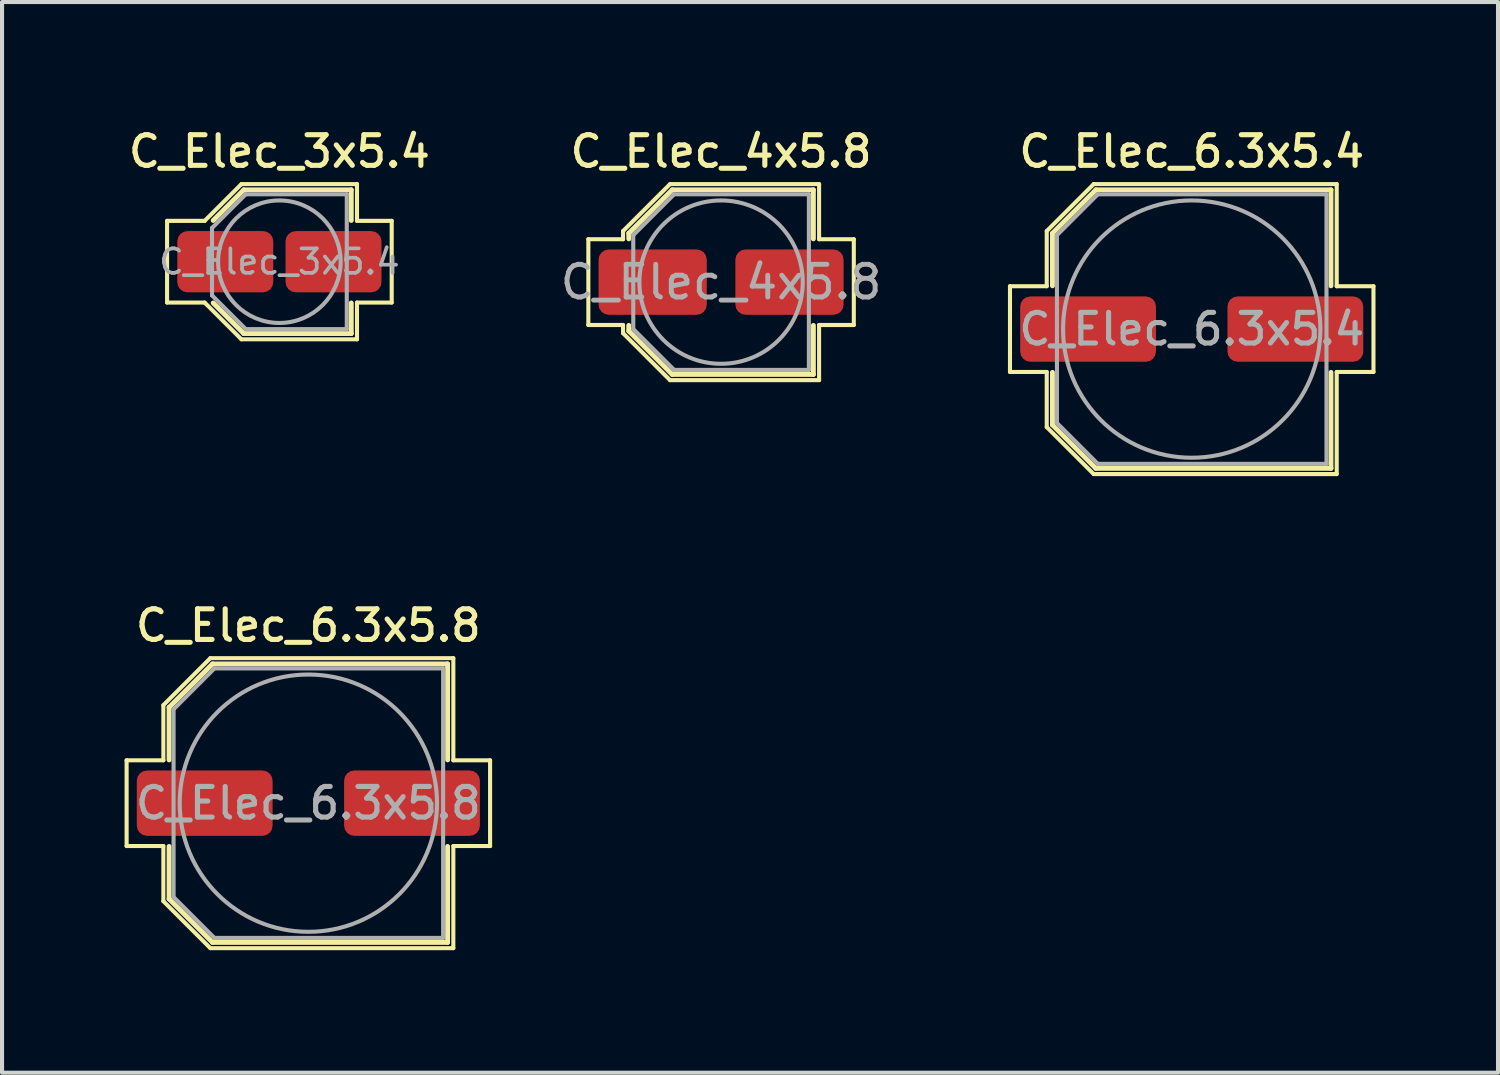
<source format=kicad_pcb>
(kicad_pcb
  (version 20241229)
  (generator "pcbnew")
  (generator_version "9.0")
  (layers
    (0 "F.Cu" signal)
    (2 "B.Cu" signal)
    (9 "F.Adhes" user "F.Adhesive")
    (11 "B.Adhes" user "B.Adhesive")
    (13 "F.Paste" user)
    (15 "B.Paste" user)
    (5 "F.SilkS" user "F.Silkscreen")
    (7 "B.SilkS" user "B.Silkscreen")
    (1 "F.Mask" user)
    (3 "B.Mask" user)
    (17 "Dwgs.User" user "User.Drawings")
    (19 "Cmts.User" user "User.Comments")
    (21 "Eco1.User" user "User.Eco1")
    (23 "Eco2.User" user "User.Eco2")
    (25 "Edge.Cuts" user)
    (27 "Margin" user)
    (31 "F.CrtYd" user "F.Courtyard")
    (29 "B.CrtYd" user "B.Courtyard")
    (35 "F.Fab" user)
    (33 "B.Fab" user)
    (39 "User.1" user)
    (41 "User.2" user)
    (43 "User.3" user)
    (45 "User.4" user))
  (footprint "C_Elec_4x5.8"
    (layer "F.Cu")
    (at 14.606 3.858)
    (property "Reference" "C_Elec_4x5.8" (at 0 -3.2 0) (layer "F.SilkS") (effects (font (size 0.75 0.75) (thickness 0.125))))
    (attr smd)
    (fp_line (start -3.25 -1.05) (end -3.25 1.05) (stroke (width 0.1) (type solid)) (layer "F.SilkS"))
    (fp_line (start -3.25 1.05) (end -2.4 1.05) (stroke (width 0.1) (type solid)) (layer "F.SilkS"))
    (fp_line (start -2.4 -1.25) (end -2.4 -1.05) (stroke (width 0.1) (type solid)) (layer "F.SilkS"))
    (fp_line (start -2.4 -1.25) (end -1.25 -2.4) (stroke (width 0.1) (type solid)) (layer "F.SilkS"))
    (fp_line (start -2.4 -1.05) (end -3.25 -1.05) (stroke (width 0.1) (type solid)) (layer "F.SilkS"))
    (fp_line (start -2.4 1.05) (end -2.4 1.25) (stroke (width 0.1) (type solid)) (layer "F.SilkS"))
    (fp_line (start -2.4 1.25) (end -1.25 2.4) (stroke (width 0.1) (type solid)) (layer "F.SilkS"))
    (fp_line (start -2.26 -1.196) (end -2.26 -1.06) (stroke (width 0.12) (type solid)) (layer "F.SilkS"))
    (fp_line (start -2.26 -1.196) (end -1.196 -2.26) (stroke (width 0.12) (type solid)) (layer "F.SilkS"))
    (fp_line (start -2.26 1.196) (end -2.26 1.06) (stroke (width 0.12) (type solid)) (layer "F.SilkS"))
    (fp_line (start -2.26 1.196) (end -1.196 2.26) (stroke (width 0.12) (type solid)) (layer "F.SilkS"))
    (fp_line (start -1.25 -2.4) (end 2.4 -2.4) (stroke (width 0.1) (type solid)) (layer "F.SilkS"))
    (fp_line (start -1.25 2.4) (end 2.4 2.4) (stroke (width 0.1) (type solid)) (layer "F.SilkS"))
    (fp_line (start -1.196 -2.26) (end 2.26 -2.26) (stroke (width 0.12) (type solid)) (layer "F.SilkS"))
    (fp_line (start -1.196 2.26) (end 2.26 2.26) (stroke (width 0.12) (type solid)) (layer "F.SilkS"))
    (fp_line (start 2.26 -2.26) (end 2.26 -1.06) (stroke (width 0.12) (type solid)) (layer "F.SilkS"))
    (fp_line (start 2.26 2.26) (end 2.26 1.06) (stroke (width 0.12) (type solid)) (layer "F.SilkS"))
    (fp_line (start 2.4 -2.4) (end 2.4 -1.05) (stroke (width 0.1) (type solid)) (layer "F.SilkS"))
    (fp_line (start 2.4 -1.05) (end 3.25 -1.05) (stroke (width 0.1) (type solid)) (layer "F.SilkS"))
    (fp_line (start 2.4 1.05) (end 2.4 2.4) (stroke (width 0.1) (type solid)) (layer "F.SilkS"))
    (fp_line (start 3.25 -1.05) (end 3.25 1.05) (stroke (width 0.1) (type solid)) (layer "F.SilkS"))
    (fp_line (start 3.25 1.05) (end 2.4 1.05) (stroke (width 0.1) (type solid)) (layer "F.SilkS"))
    (fp_line (start -2.15 -1.15) (end -2.15 1.15) (stroke (width 0.1) (type solid)) (layer "F.Fab"))
    (fp_line (start -2.15 -1.15) (end -1.15 -2.15) (stroke (width 0.1) (type solid)) (layer "F.Fab"))
    (fp_line (start -2.15 1.15) (end -1.15 2.15) (stroke (width 0.1) (type solid)) (layer "F.Fab"))
    (fp_line (start -1.15 -2.15) (end 2.15 -2.15) (stroke (width 0.1) (type solid)) (layer "F.Fab"))
    (fp_line (start -1.15 2.15) (end 2.15 2.15) (stroke (width 0.1) (type solid)) (layer "F.Fab"))
    (fp_line (start 2.15 -2.15) (end 2.15 2.15) (stroke (width 0.1) (type solid)) (layer "F.Fab"))
    (fp_circle (center 0 0) (end 2 0) (stroke (width 0.1) (type solid)) (fill no) (layer "F.Fab"))
    (fp_text user "${REFERENCE}" (at 0 0 0) (layer "F.Fab") (effects (font (size 0.8 0.8) (thickness 0.12))))
    (pad "1" smd roundrect (at -1.675 0) (size 2.65 1.6) (layers "F.Cu" "F.Mask" "F.Paste") (roundrect_rratio 0.156))
    (pad "2" smd roundrect (at 1.675 0) (size 2.65 1.6) (layers "F.Cu" "F.Mask" "F.Paste") (roundrect_rratio 0.156)))
  (footprint "C_Elec_6.3x5.4"
    (layer "F.Cu")
    (at 26.13 5.008)
    (property "Reference" "C_Elec_6.3x5.4" (at 0 -4.35 0) (layer "F.SilkS") (effects (font (size 0.75 0.75) (thickness 0.125))))
    (attr smd)
    (fp_line (start -4.45 -1.05) (end -4.45 1.05) (stroke (width 0.1) (type solid)) (layer "F.SilkS"))
    (fp_line (start -4.45 1.05) (end -3.55 1.05) (stroke (width 0.1) (type solid)) (layer "F.SilkS"))
    (fp_line (start -3.55 -2.4) (end -3.55 -1.05) (stroke (width 0.1) (type solid)) (layer "F.SilkS"))
    (fp_line (start -3.55 -2.4) (end -2.4 -3.55) (stroke (width 0.1) (type solid)) (layer "F.SilkS"))
    (fp_line (start -3.55 -1.05) (end -4.45 -1.05) (stroke (width 0.1) (type solid)) (layer "F.SilkS"))
    (fp_line (start -3.55 1.05) (end -3.55 2.4) (stroke (width 0.1) (type solid)) (layer "F.SilkS"))
    (fp_line (start -3.55 2.4) (end -2.4 3.55) (stroke (width 0.1) (type solid)) (layer "F.SilkS"))
    (fp_line (start -3.41 -2.346) (end -3.41 -1.06) (stroke (width 0.12) (type solid)) (layer "F.SilkS"))
    (fp_line (start -3.41 -2.346) (end -2.346 -3.41) (stroke (width 0.12) (type solid)) (layer "F.SilkS"))
    (fp_line (start -3.41 2.346) (end -3.41 1.06) (stroke (width 0.12) (type solid)) (layer "F.SilkS"))
    (fp_line (start -3.41 2.346) (end -2.346 3.41) (stroke (width 0.12) (type solid)) (layer "F.SilkS"))
    (fp_line (start -2.4 -3.55) (end 3.55 -3.55) (stroke (width 0.1) (type solid)) (layer "F.SilkS"))
    (fp_line (start -2.4 3.55) (end 3.55 3.55) (stroke (width 0.1) (type solid)) (layer "F.SilkS"))
    (fp_line (start -2.346 -3.41) (end 3.41 -3.41) (stroke (width 0.12) (type solid)) (layer "F.SilkS"))
    (fp_line (start -2.346 3.41) (end 3.41 3.41) (stroke (width 0.12) (type solid)) (layer "F.SilkS"))
    (fp_line (start 3.41 -3.41) (end 3.41 -1.06) (stroke (width 0.12) (type solid)) (layer "F.SilkS"))
    (fp_line (start 3.41 3.41) (end 3.41 1.06) (stroke (width 0.12) (type solid)) (layer "F.SilkS"))
    (fp_line (start 3.55 -3.55) (end 3.55 -1.05) (stroke (width 0.1) (type solid)) (layer "F.SilkS"))
    (fp_line (start 3.55 -1.05) (end 4.45 -1.05) (stroke (width 0.1) (type solid)) (layer "F.SilkS"))
    (fp_line (start 3.55 1.05) (end 3.55 3.55) (stroke (width 0.1) (type solid)) (layer "F.SilkS"))
    (fp_line (start 4.45 -1.05) (end 4.45 1.05) (stroke (width 0.1) (type solid)) (layer "F.SilkS"))
    (fp_line (start 4.45 1.05) (end 3.55 1.05) (stroke (width 0.1) (type solid)) (layer "F.SilkS"))
    (fp_line (start -3.3 -2.3) (end -3.3 2.3) (stroke (width 0.1) (type solid)) (layer "F.Fab"))
    (fp_line (start -3.3 -2.3) (end -2.3 -3.3) (stroke (width 0.1) (type solid)) (layer "F.Fab"))
    (fp_line (start -3.3 2.3) (end -2.3 3.3) (stroke (width 0.1) (type solid)) (layer "F.Fab"))
    (fp_line (start -2.3 -3.3) (end 3.3 -3.3) (stroke (width 0.1) (type solid)) (layer "F.Fab"))
    (fp_line (start -2.3 3.3) (end 3.3 3.3) (stroke (width 0.1) (type solid)) (layer "F.Fab"))
    (fp_line (start 3.3 -3.3) (end 3.3 3.3) (stroke (width 0.1) (type solid)) (layer "F.Fab"))
    (fp_circle (center 0 0) (end 3.15 0) (stroke (width 0.1) (type solid)) (fill no) (layer "F.Fab"))
    (fp_text user "${REFERENCE}" (at 0 0 0) (layer "F.Fab") (effects (font (size 0.75 0.75) (thickness 0.125))))
    (pad "1" smd roundrect (at -2.538 0) (size 3.325 1.6) (layers "F.Cu" "F.Mask" "F.Paste") (roundrect_rratio 0.156))
    (pad "2" smd roundrect (at 2.538 0) (size 3.325 1.6) (layers "F.Cu" "F.Mask" "F.Paste") (roundrect_rratio 0.156)))
  (footprint "C_Elec_6.3x5.8"
    (layer "F.Cu")
    (at 4.5 16.616)
    (property "Reference" "C_Elec_6.3x5.8" (at 0 -4.35 0) (layer "F.SilkS") (effects (font (size 0.75 0.75) (thickness 0.125))))
    (attr smd)
    (fp_line (start -4.45 -1.05) (end -4.45 1.05) (stroke (width 0.1) (type solid)) (layer "F.SilkS"))
    (fp_line (start -4.45 1.05) (end -3.55 1.05) (stroke (width 0.1) (type solid)) (layer "F.SilkS"))
    (fp_line (start -3.55 -2.4) (end -3.55 -1.05) (stroke (width 0.1) (type solid)) (layer "F.SilkS"))
    (fp_line (start -3.55 -2.4) (end -2.4 -3.55) (stroke (width 0.1) (type solid)) (layer "F.SilkS"))
    (fp_line (start -3.55 -1.05) (end -4.45 -1.05) (stroke (width 0.1) (type solid)) (layer "F.SilkS"))
    (fp_line (start -3.55 1.05) (end -3.55 2.4) (stroke (width 0.1) (type solid)) (layer "F.SilkS"))
    (fp_line (start -3.55 2.4) (end -2.4 3.55) (stroke (width 0.1) (type solid)) (layer "F.SilkS"))
    (fp_line (start -3.41 -2.346) (end -3.41 -1.06) (stroke (width 0.12) (type solid)) (layer "F.SilkS"))
    (fp_line (start -3.41 -2.346) (end -2.346 -3.41) (stroke (width 0.12) (type solid)) (layer "F.SilkS"))
    (fp_line (start -3.41 2.346) (end -3.41 1.06) (stroke (width 0.12) (type solid)) (layer "F.SilkS"))
    (fp_line (start -3.41 2.346) (end -2.346 3.41) (stroke (width 0.12) (type solid)) (layer "F.SilkS"))
    (fp_line (start -2.4 -3.55) (end 3.55 -3.55) (stroke (width 0.1) (type solid)) (layer "F.SilkS"))
    (fp_line (start -2.4 3.55) (end 3.55 3.55) (stroke (width 0.1) (type solid)) (layer "F.SilkS"))
    (fp_line (start -2.346 -3.41) (end 3.41 -3.41) (stroke (width 0.12) (type solid)) (layer "F.SilkS"))
    (fp_line (start -2.346 3.41) (end 3.41 3.41) (stroke (width 0.12) (type solid)) (layer "F.SilkS"))
    (fp_line (start 3.41 -3.41) (end 3.41 -1.06) (stroke (width 0.12) (type solid)) (layer "F.SilkS"))
    (fp_line (start 3.41 3.41) (end 3.41 1.06) (stroke (width 0.12) (type solid)) (layer "F.SilkS"))
    (fp_line (start 3.55 -3.55) (end 3.55 -1.05) (stroke (width 0.1) (type solid)) (layer "F.SilkS"))
    (fp_line (start 3.55 -1.05) (end 4.45 -1.05) (stroke (width 0.1) (type solid)) (layer "F.SilkS"))
    (fp_line (start 3.55 1.05) (end 3.55 3.55) (stroke (width 0.1) (type solid)) (layer "F.SilkS"))
    (fp_line (start 4.45 -1.05) (end 4.45 1.05) (stroke (width 0.1) (type solid)) (layer "F.SilkS"))
    (fp_line (start 4.45 1.05) (end 3.55 1.05) (stroke (width 0.1) (type solid)) (layer "F.SilkS"))
    (fp_line (start -3.3 -2.3) (end -3.3 2.3) (stroke (width 0.1) (type solid)) (layer "F.Fab"))
    (fp_line (start -3.3 -2.3) (end -2.3 -3.3) (stroke (width 0.1) (type solid)) (layer "F.Fab"))
    (fp_line (start -3.3 2.3) (end -2.3 3.3) (stroke (width 0.1) (type solid)) (layer "F.Fab"))
    (fp_line (start -2.3 -3.3) (end 3.3 -3.3) (stroke (width 0.1) (type solid)) (layer "F.Fab"))
    (fp_line (start -2.3 3.3) (end 3.3 3.3) (stroke (width 0.1) (type solid)) (layer "F.Fab"))
    (fp_line (start 3.3 -3.3) (end 3.3 3.3) (stroke (width 0.1) (type solid)) (layer "F.Fab"))
    (fp_circle (center 0 0) (end 3.15 0) (stroke (width 0.1) (type solid)) (fill no) (layer "F.Fab"))
    (fp_text user "${REFERENCE}" (at 0 0 0) (layer "F.Fab") (effects (font (size 0.75 0.75) (thickness 0.125))))
    (pad "1" smd roundrect (at -2.538 0) (size 3.325 1.6) (layers "F.Cu" "F.Mask" "F.Paste") (roundrect_rratio 0.156))
    (pad "2" smd roundrect (at 2.538 0) (size 3.325 1.6) (layers "F.Cu" "F.Mask" "F.Paste") (roundrect_rratio 0.156)))
  (footprint "C_Elec_3x5.4"
    (layer "F.Cu")
    (at 3.791 3.358)
    (property "Reference" "C_Elec_3x5.4" (at 0 -2.7 0) (layer "F.SilkS") (effects (font (size 0.75 0.75) (thickness 0.125))))
    (attr smd)
    (fp_line (start -2.75 -1) (end -2.75 1) (stroke (width 0.1) (type solid)) (layer "F.SilkS"))
    (fp_line (start -2.75 1) (end -1.83 1) (stroke (width 0.1) (type solid)) (layer "F.SilkS"))
    (fp_line (start -1.83 -1) (end -2.75 -1) (stroke (width 0.1) (type solid)) (layer "F.SilkS"))
    (fp_line (start -1.83 -1) (end -0.93 -1.9) (stroke (width 0.1) (type solid)) (layer "F.SilkS"))
    (fp_line (start -1.83 1) (end -0.93 1.9) (stroke (width 0.1) (type solid)) (layer "F.SilkS"))
    (fp_line (start -1.621 -1.01) (end -0.871 -1.76) (stroke (width 0.12) (type solid)) (layer "F.SilkS"))
    (fp_line (start -1.621 1.01) (end -0.871 1.76) (stroke (width 0.12) (type solid)) (layer "F.SilkS"))
    (fp_line (start -0.93 -1.9) (end 1.9 -1.9) (stroke (width 0.1) (type solid)) (layer "F.SilkS"))
    (fp_line (start -0.93 1.9) (end 1.9 1.9) (stroke (width 0.1) (type solid)) (layer "F.SilkS"))
    (fp_line (start -0.871 -1.76) (end 1.76 -1.76) (stroke (width 0.12) (type solid)) (layer "F.SilkS"))
    (fp_line (start -0.871 1.76) (end 1.76 1.76) (stroke (width 0.12) (type solid)) (layer "F.SilkS"))
    (fp_line (start 1.76 -1.76) (end 1.76 -1.01) (stroke (width 0.12) (type solid)) (layer "F.SilkS"))
    (fp_line (start 1.76 1.76) (end 1.76 1.01) (stroke (width 0.12) (type solid)) (layer "F.SilkS"))
    (fp_line (start 1.9 -1.9) (end 1.9 -1) (stroke (width 0.1) (type solid)) (layer "F.SilkS"))
    (fp_line (start 1.9 -1) (end 2.75 -1) (stroke (width 0.1) (type solid)) (layer "F.SilkS"))
    (fp_line (start 1.9 1) (end 1.9 1.9) (stroke (width 0.1) (type solid)) (layer "F.SilkS"))
    (fp_line (start 2.75 -1) (end 2.75 1) (stroke (width 0.1) (type solid)) (layer "F.SilkS"))
    (fp_line (start 2.75 1) (end 1.9 1) (stroke (width 0.1) (type solid)) (layer "F.SilkS"))
    (fp_line (start -1.65 -0.825) (end -1.65 0.825) (stroke (width 0.1) (type solid)) (layer "F.Fab"))
    (fp_line (start -1.65 -0.825) (end -0.825 -1.65) (stroke (width 0.1) (type solid)) (layer "F.Fab"))
    (fp_line (start -1.65 0.825) (end -0.825 1.65) (stroke (width 0.1) (type solid)) (layer "F.Fab"))
    (fp_line (start -0.825 -1.65) (end 1.65 -1.65) (stroke (width 0.1) (type solid)) (layer "F.Fab"))
    (fp_line (start -0.825 1.65) (end 1.65 1.65) (stroke (width 0.1) (type solid)) (layer "F.Fab"))
    (fp_line (start 1.65 -1.65) (end 1.65 1.65) (stroke (width 0.1) (type solid)) (layer "F.Fab"))
    (fp_circle (center 0 0) (end 1.5 0) (stroke (width 0.1) (type solid)) (fill no) (layer "F.Fab"))
    (fp_text user "${REFERENCE}" (at 0 0 0) (layer "F.Fab") (effects (font (size 0.6 0.6) (thickness 0.09))))
    (pad "1" smd roundrect (at -1.325 0) (size 2.35 1.5) (layers "F.Cu" "F.Mask" "F.Paste") (roundrect_rratio 0.167))
    (pad "2" smd roundrect (at 1.325 0) (size 2.35 1.5) (layers "F.Cu" "F.Mask" "F.Paste") (roundrect_rratio 0.167)))
  (gr_rect
    (start -3 -3)
    (end 33.63 23.216)
    (stroke (width 0.1) (type default))
    (fill no)
    (layer "Edge.Cuts")))
</source>
